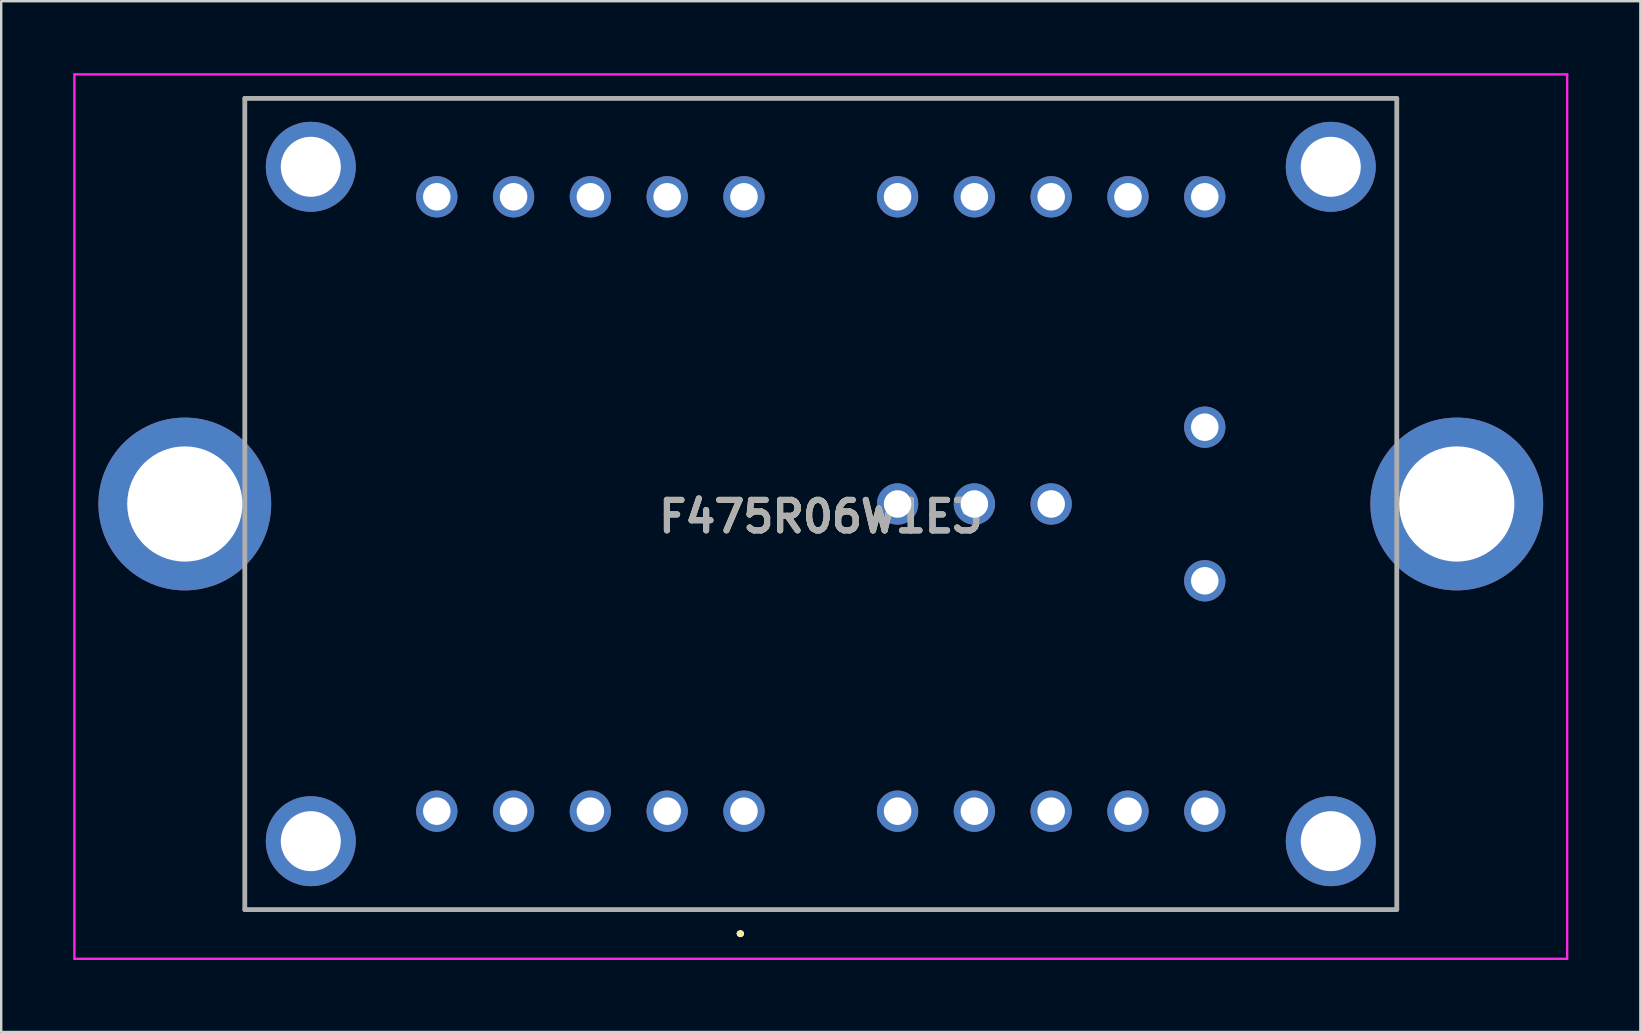
<source format=kicad_pcb>
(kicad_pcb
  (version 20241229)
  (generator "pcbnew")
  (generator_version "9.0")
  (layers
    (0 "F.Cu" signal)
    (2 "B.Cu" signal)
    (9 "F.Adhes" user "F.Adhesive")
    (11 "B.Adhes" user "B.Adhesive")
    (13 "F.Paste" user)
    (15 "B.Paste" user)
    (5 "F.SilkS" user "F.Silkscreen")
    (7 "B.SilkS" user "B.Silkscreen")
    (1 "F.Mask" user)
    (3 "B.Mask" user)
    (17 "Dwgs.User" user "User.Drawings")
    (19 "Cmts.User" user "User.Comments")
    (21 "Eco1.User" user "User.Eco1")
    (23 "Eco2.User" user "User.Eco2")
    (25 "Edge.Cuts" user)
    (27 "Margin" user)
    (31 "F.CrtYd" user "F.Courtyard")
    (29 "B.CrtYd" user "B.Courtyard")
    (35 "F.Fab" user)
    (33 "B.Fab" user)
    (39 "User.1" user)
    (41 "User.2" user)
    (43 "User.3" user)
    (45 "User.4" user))
  (footprint "F475R06W1E3"
    (layer "F.Cu")
    (at 27.95 30.75)
    (property "Reference" "F475R06W1E3" (at 3.2 -12.275 0) (layer "F.SilkS") (effects (font (size 1.27 1.27) (thickness 0.254))))
    (attr through_hole)
    (fp_line (start -20.8 -29.7) (end -20.8 -29.7) (stroke (width 0.1) (type solid)) (layer "F.SilkS"))
    (fp_line (start -20.8 -29.7) (end -20.8 -29.7) (stroke (width 0.1) (type solid)) (layer "F.SilkS"))
    (fp_line (start -20.8 -29.7) (end -20.8 -17.1) (stroke (width 0.1) (type solid)) (layer "F.SilkS"))
    (fp_line (start -20.8 -29.7) (end 27.2 -29.7) (stroke (width 0.1) (type solid)) (layer "F.SilkS"))
    (fp_line (start -20.8 -17.1) (end -20.8 -29.7) (stroke (width 0.1) (type solid)) (layer "F.SilkS"))
    (fp_line (start -20.8 -17.1) (end -20.8 -17.1) (stroke (width 0.1) (type solid)) (layer "F.SilkS"))
    (fp_line (start -20.8 -7.85) (end -20.8 -7.85) (stroke (width 0.1) (type solid)) (layer "F.SilkS"))
    (fp_line (start -20.8 -7.85) (end -20.8 4.1) (stroke (width 0.1) (type solid)) (layer "F.SilkS"))
    (fp_line (start -20.8 4.1) (end -20.8 -7.85) (stroke (width 0.1) (type solid)) (layer "F.SilkS"))
    (fp_line (start -20.8 4.1) (end -20.8 4.1) (stroke (width 0.1) (type solid)) (layer "F.SilkS"))
    (fp_line (start -20.8 4.1) (end -20.8 4.1) (stroke (width 0.1) (type solid)) (layer "F.SilkS"))
    (fp_line (start -20.8 4.1) (end 27.2 4.1) (stroke (width 0.1) (type solid)) (layer "F.SilkS"))
    (fp_line (start -0.2 5.1) (end -0.2 5.1) (stroke (width 0.2) (type solid)) (layer "F.SilkS"))
    (fp_line (start -0.2 5.1) (end -0.2 5.1) (stroke (width 0.2) (type solid)) (layer "F.SilkS"))
    (fp_line (start -0.1 5.1) (end -0.1 5.1) (stroke (width 0.2) (type solid)) (layer "F.SilkS"))
    (fp_line (start 27.2 -29.7) (end -20.8 -29.7) (stroke (width 0.1) (type solid)) (layer "F.SilkS"))
    (fp_line (start 27.2 -29.7) (end 27.2 -29.7) (stroke (width 0.1) (type solid)) (layer "F.SilkS"))
    (fp_line (start 27.2 -29.7) (end 27.2 -29.7) (stroke (width 0.1) (type solid)) (layer "F.SilkS"))
    (fp_line (start 27.2 -29.7) (end 27.2 -17.35) (stroke (width 0.1) (type solid)) (layer "F.SilkS"))
    (fp_line (start 27.2 -17.35) (end 27.2 -29.7) (stroke (width 0.1) (type solid)) (layer "F.SilkS"))
    (fp_line (start 27.2 -17.35) (end 27.2 -17.35) (stroke (width 0.1) (type solid)) (layer "F.SilkS"))
    (fp_line (start 27.2 -8.35) (end 27.2 -8.35) (stroke (width 0.1) (type solid)) (layer "F.SilkS"))
    (fp_line (start 27.2 -8.35) (end 27.2 4.1) (stroke (width 0.1) (type solid)) (layer "F.SilkS"))
    (fp_line (start 27.2 4.1) (end -20.8 4.1) (stroke (width 0.1) (type solid)) (layer "F.SilkS"))
    (fp_line (start 27.2 4.1) (end 27.2 -8.35) (stroke (width 0.1) (type solid)) (layer "F.SilkS"))
    (fp_line (start 27.2 4.1) (end 27.2 4.1) (stroke (width 0.1) (type solid)) (layer "F.SilkS"))
    (fp_line (start 27.2 4.1) (end 27.2 4.1) (stroke (width 0.1) (type solid)) (layer "F.SilkS"))
    (fp_arc (start -0.2 5.1) (mid -0.15 5.05) (end -0.1 5.1) (stroke (width 0.2) (type solid)) (layer "F.SilkS"))
    (fp_arc (start -0.1 5.1) (mid -0.15 5.15) (end -0.2 5.1) (stroke (width 0.2) (type solid)) (layer "F.SilkS"))
    (fp_arc (start -0.1 5.1) (mid -0.15 5.15) (end -0.2 5.1) (stroke (width 0.2) (type solid)) (layer "F.SilkS"))
    (fp_line (start -27.9 -30.7) (end 34.3 -30.7) (stroke (width 0.1) (type solid)) (layer "F.CrtYd"))
    (fp_line (start -27.9 6.15) (end -27.9 -30.7) (stroke (width 0.1) (type solid)) (layer "F.CrtYd"))
    (fp_line (start 34.3 -30.7) (end 34.3 6.15) (stroke (width 0.1) (type solid)) (layer "F.CrtYd"))
    (fp_line (start 34.3 6.15) (end -27.9 6.15) (stroke (width 0.1) (type solid)) (layer "F.CrtYd"))
    (fp_line (start -20.8 -29.7) (end -20.8 4.1) (stroke (width 0.2) (type solid)) (layer "F.Fab"))
    (fp_line (start -20.8 4.1) (end 27.2 4.1) (stroke (width 0.2) (type solid)) (layer "F.Fab"))
    (fp_line (start 27.2 -29.7) (end -20.8 -29.7) (stroke (width 0.2) (type solid)) (layer "F.Fab"))
    (fp_line (start 27.2 4.1) (end 27.2 -29.7) (stroke (width 0.2) (type solid)) (layer "F.Fab"))
    (fp_text user "${REFERENCE}" (at 3.2 -12.275 0) (layer "F.Fab") (effects (font (size 1.27 1.27) (thickness 0.254))))
    (pad "E1" thru_hole circle (at 0 0) (size 1.721 1.721) (drill 1.148) (layers "*.Cu" "*.Mask"))
    (pad "E2" thru_hole circle (at 19.2 0) (size 1.721 1.721) (drill 1.148) (layers "*.Cu" "*.Mask"))
    (pad "E3" thru_hole circle (at 0 -25.6) (size 1.721 1.721) (drill 1.148) (layers "*.Cu" "*.Mask"))
    (pad "E4" thru_hole circle (at 19.2 -25.6) (size 1.721 1.721) (drill 1.148) (layers "*.Cu" "*.Mask"))
    (pad "EU1" thru_hole circle (at 9.6 0) (size 1.721 1.721) (drill 1.148) (layers "*.Cu" "*.Mask"))
    (pad "EU2" thru_hole circle (at 12.8 0) (size 1.721 1.721) (drill 1.148) (layers "*.Cu" "*.Mask"))
    (pad "EU3" thru_hole circle (at 16 0) (size 1.721 1.721) (drill 1.148) (layers "*.Cu" "*.Mask"))
    (pad "EV1" thru_hole circle (at 9.6 -25.6) (size 1.721 1.721) (drill 1.148) (layers "*.Cu" "*.Mask"))
    (pad "EV2" thru_hole circle (at 12.8 -25.6) (size 1.721 1.721) (drill 1.148) (layers "*.Cu" "*.Mask"))
    (pad "EV3" thru_hole circle (at 16 -25.6) (size 1.721 1.721) (drill 1.148) (layers "*.Cu" "*.Mask"))
    (pad "G1" thru_hole circle (at -12.8 0) (size 1.721 1.721) (drill 1.148) (layers "*.Cu" "*.Mask"))
    (pad "G2" thru_hole circle (at 6.4 0) (size 1.721 1.721) (drill 1.148) (layers "*.Cu" "*.Mask"))
    (pad "G3" thru_hole circle (at -12.8 -25.6) (size 1.721 1.721) (drill 1.148) (layers "*.Cu" "*.Mask"))
    (pad "G4" thru_hole circle (at 6.4 -25.6) (size 1.721 1.721) (drill 1.148) (layers "*.Cu" "*.Mask"))
    (pad "MH1" thru_hole circle (at -18.05 -26.85) (size 3.75 3.75) (drill 2.5) (layers "*.Cu" "*.Mask"))
    (pad "MH2" thru_hole circle (at -23.3 -12.8) (size 7.2 7.2) (drill 4.8) (layers "*.Cu" "*.Mask"))
    (pad "MH3" thru_hole circle (at -18.05 1.25) (size 3.75 3.75) (drill 2.5) (layers "*.Cu" "*.Mask"))
    (pad "MH4" thru_hole circle (at 24.45 1.25) (size 3.75 3.75) (drill 2.5) (layers "*.Cu" "*.Mask"))
    (pad "MH5" thru_hole circle (at 29.7 -12.8) (size 7.2 7.2) (drill 4.8) (layers "*.Cu" "*.Mask"))
    (pad "MH6" thru_hole circle (at 24.45 -26.85) (size 3.75 3.75) (drill 2.5) (layers "*.Cu" "*.Mask"))
    (pad "P1" thru_hole circle (at 6.4 -12.8) (size 1.721 1.721) (drill 1.148) (layers "*.Cu" "*.Mask"))
    (pad "P2" thru_hole circle (at 9.6 -12.8) (size 1.721 1.721) (drill 1.148) (layers "*.Cu" "*.Mask"))
    (pad "P3" thru_hole circle (at 12.8 -12.8) (size 1.721 1.721) (drill 1.148) (layers "*.Cu" "*.Mask"))
    (pad "T1" thru_hole circle (at 19.2 -16) (size 1.721 1.721) (drill 1.148) (layers "*.Cu" "*.Mask"))
    (pad "T2" thru_hole circle (at 19.2 -9.6) (size 1.721 1.721) (drill 1.148) (layers "*.Cu" "*.Mask"))
    (pad "U1" thru_hole circle (at -9.6 0) (size 1.721 1.721) (drill 1.148) (layers "*.Cu" "*.Mask"))
    (pad "U2" thru_hole circle (at -6.4 0) (size 1.721 1.721) (drill 1.148) (layers "*.Cu" "*.Mask"))
    (pad "U3" thru_hole circle (at -3.2 0) (size 1.721 1.721) (drill 1.148) (layers "*.Cu" "*.Mask"))
    (pad "V1" thru_hole circle (at -9.6 -25.6) (size 1.721 1.721) (drill 1.148) (layers "*.Cu" "*.Mask"))
    (pad "V2" thru_hole circle (at -6.4 -25.6) (size 1.721 1.721) (drill 1.148) (layers "*.Cu" "*.Mask"))
    (pad "V3" thru_hole circle (at -3.2 -25.6) (size 1.721 1.721) (drill 1.148) (layers "*.Cu" "*.Mask")))
  (gr_rect
    (start -3 -3)
    (end 65.3 39.95)
    (stroke (width 0.1) (type default))
    (fill no)
    (layer "Edge.Cuts")))
</source>
